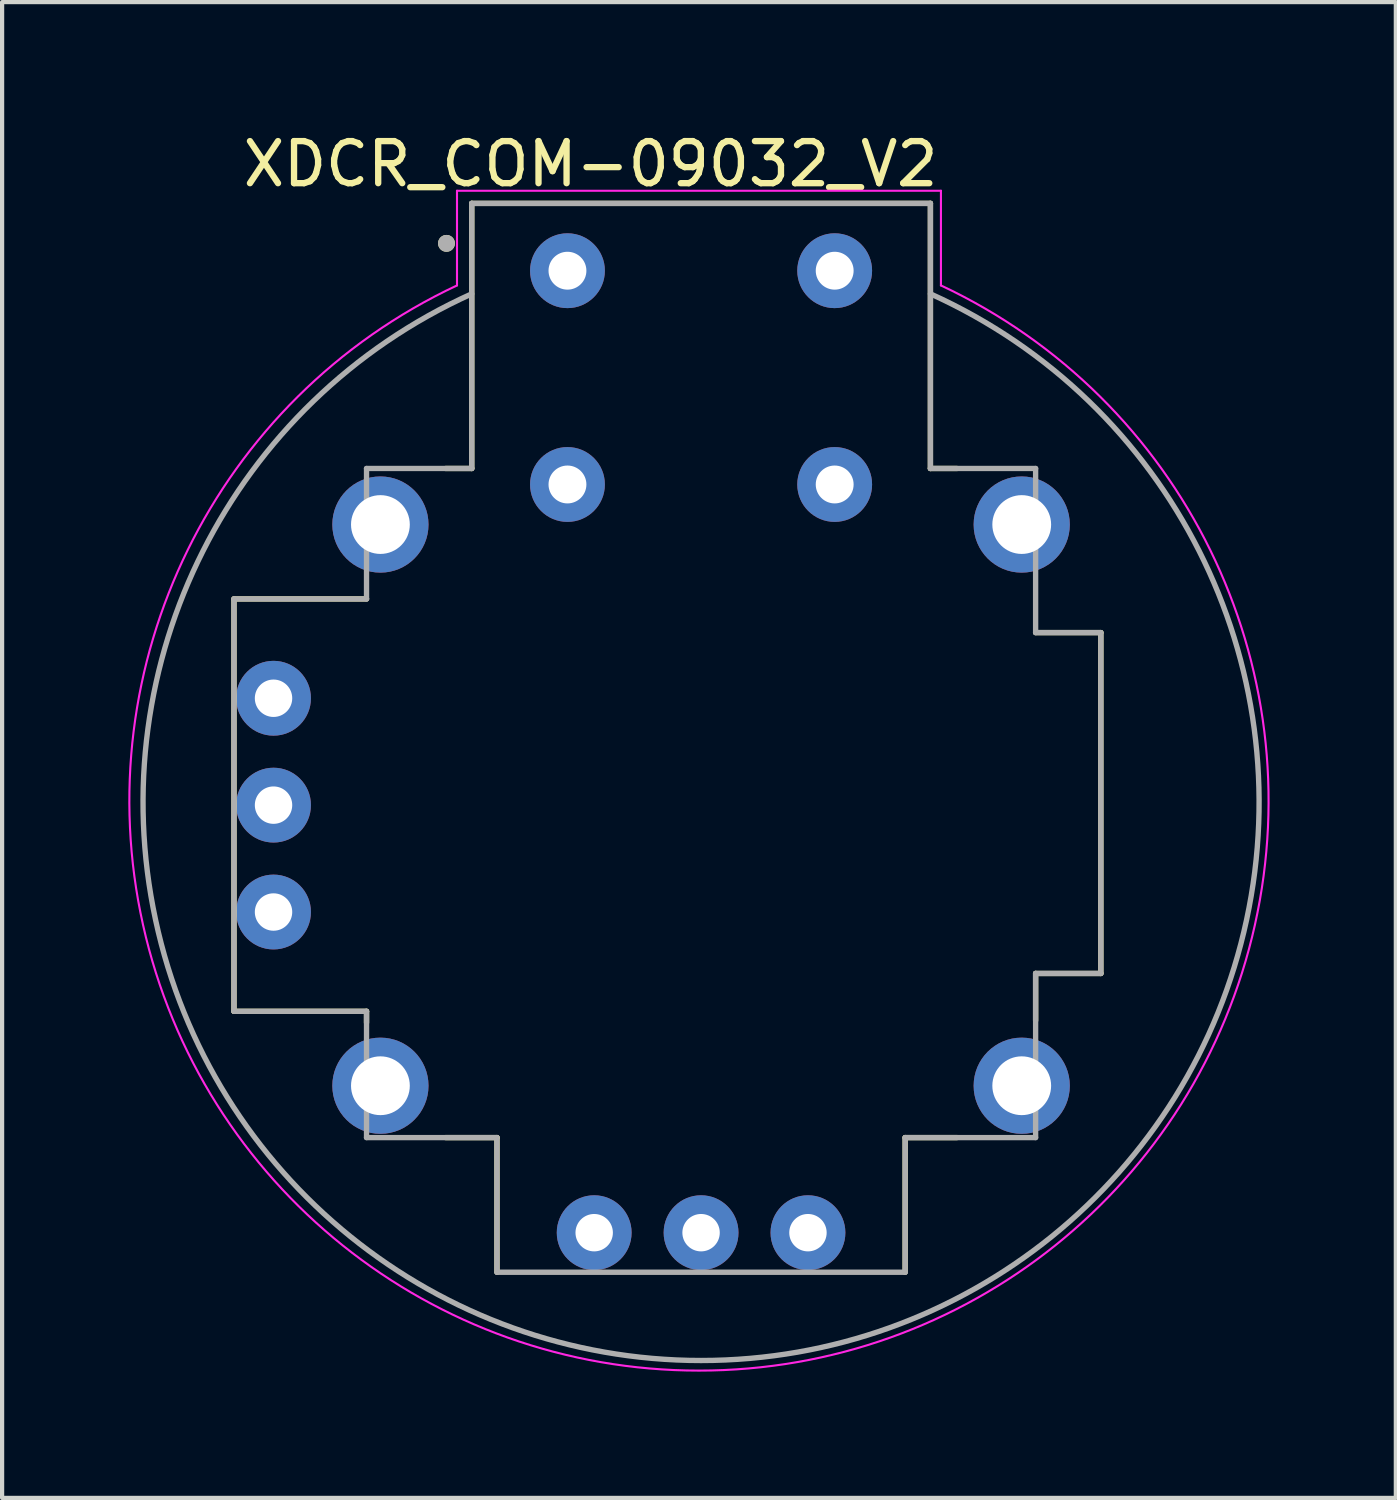
<source format=kicad_pcb>
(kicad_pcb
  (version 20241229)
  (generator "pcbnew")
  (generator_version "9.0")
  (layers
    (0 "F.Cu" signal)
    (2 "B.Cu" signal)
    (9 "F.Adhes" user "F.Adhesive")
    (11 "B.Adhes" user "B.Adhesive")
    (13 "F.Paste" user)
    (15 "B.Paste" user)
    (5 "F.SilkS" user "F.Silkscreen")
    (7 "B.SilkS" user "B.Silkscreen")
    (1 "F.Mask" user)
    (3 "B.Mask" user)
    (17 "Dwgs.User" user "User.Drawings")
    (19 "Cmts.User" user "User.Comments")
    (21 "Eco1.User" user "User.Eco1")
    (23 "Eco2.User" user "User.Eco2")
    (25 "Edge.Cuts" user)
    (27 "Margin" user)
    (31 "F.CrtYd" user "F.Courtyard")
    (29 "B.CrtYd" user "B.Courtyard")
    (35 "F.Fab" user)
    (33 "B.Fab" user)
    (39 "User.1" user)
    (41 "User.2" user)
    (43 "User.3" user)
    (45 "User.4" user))
  (footprint "XDCR_COM-09032_V2"
    (layer "F.Cu")
    (at 13.61 16.083)
    (property "Reference" "XDCR_COM-09032_V2" (at -2.625 -15.235 0) (layer "F.SilkS") (effects (font (size 1 1) (thickness 0.15))))
    (attr through_hole)
    (fp_line (start -11.1 -4.9) (end -7.95 -4.9) (stroke (width 0.127) (type solid)) (layer "F.SilkS"))
    (fp_line (start -11.1 4.9) (end -11.1 -4.9) (stroke (width 0.127) (type solid)) (layer "F.SilkS"))
    (fp_line (start -7.95 4.9) (end -11.1 4.9) (stroke (width 0.127) (type solid)) (layer "F.SilkS"))
    (fp_line (start -7.95 5.17) (end -7.95 4.9) (stroke (width 0.127) (type solid)) (layer "F.SilkS"))
    (fp_line (start -6.07 -8) (end -5.45 -8) (stroke (width 0.127) (type solid)) (layer "F.SilkS"))
    (fp_line (start -5.45 -14.3) (end 5.45 -14.3) (stroke (width 0.127) (type solid)) (layer "F.SilkS"))
    (fp_line (start -5.45 -8) (end -5.45 -14.3) (stroke (width 0.127) (type solid)) (layer "F.SilkS"))
    (fp_line (start -4.85 7.9) (end -6.07 7.9) (stroke (width 0.127) (type solid)) (layer "F.SilkS"))
    (fp_line (start -4.85 11.1) (end -4.85 7.9) (stroke (width 0.127) (type solid)) (layer "F.SilkS"))
    (fp_line (start 4.85 7.9) (end 4.85 11.1) (stroke (width 0.127) (type solid)) (layer "F.SilkS"))
    (fp_line (start 5.45 -14.3) (end 5.45 -8) (stroke (width 0.127) (type solid)) (layer "F.SilkS"))
    (fp_line (start 5.45 -8) (end 6.08 -8) (stroke (width 0.127) (type solid)) (layer "F.SilkS"))
    (fp_line (start 6.08 7.9) (end 4.85 7.9) (stroke (width 0.127) (type solid)) (layer "F.SilkS"))
    (fp_line (start 7.95 -4.1) (end 9.5 -4.1) (stroke (width 0.127) (type solid)) (layer "F.SilkS"))
    (fp_line (start 7.95 4) (end 7.95 5.12) (stroke (width 0.127) (type solid)) (layer "F.SilkS"))
    (fp_line (start 9.5 -4.1) (end 9.5 4) (stroke (width 0.127) (type solid)) (layer "F.SilkS"))
    (fp_line (start 9.5 4) (end 7.95 4) (stroke (width 0.127) (type solid)) (layer "F.SilkS"))
    (fp_circle (center -6.05 -13.35) (end -5.95 -13.35) (stroke (width 0.2) (type solid)) (fill no) (layer "F.SilkS"))
    (fp_line (start -5.8 -14.6) (end 5.7 -14.6) (stroke (width 0.05) (type solid)) (layer "F.CrtYd"))
    (fp_line (start -5.8 -12.35) (end -5.8 -14.6) (stroke (width 0.05) (type solid)) (layer "F.CrtYd"))
    (fp_line (start 5.7 -14.6) (end 5.7 -12.35) (stroke (width 0.05) (type solid)) (layer "F.CrtYd"))
    (fp_arc (start 5.7 -12.35) (mid -0.05 13.437438) (end -5.8 -12.35) (stroke (width 0.05) (type solid)) (layer "F.CrtYd"))
    (fp_line (start -11.1 -4.9) (end -11.1 4.9) (stroke (width 0.127) (type solid)) (layer "F.Fab"))
    (fp_line (start -7.95 -4.9) (end -11.1 -4.9) (stroke (width 0.127) (type solid)) (layer "F.Fab"))
    (fp_line (start -7.95 -4.9) (end -7.95 -8) (stroke (width 0.127) (type solid)) (layer "F.Fab"))
    (fp_line (start -7.95 4.9) (end -11.1 4.9) (stroke (width 0.127) (type solid)) (layer "F.Fab"))
    (fp_line (start -7.95 4.9) (end -7.95 7.9) (stroke (width 0.127) (type solid)) (layer "F.Fab"))
    (fp_line (start -5.45 -14.3) (end -5.45 -8) (stroke (width 0.127) (type solid)) (layer "F.Fab"))
    (fp_line (start -5.45 -8) (end -7.95 -8) (stroke (width 0.127) (type solid)) (layer "F.Fab"))
    (fp_line (start -4.85 7.9) (end -7.95 7.9) (stroke (width 0.127) (type solid)) (layer "F.Fab"))
    (fp_line (start -4.85 11.1) (end -4.85 7.9) (stroke (width 0.127) (type solid)) (layer "F.Fab"))
    (fp_line (start 4.85 7.9) (end 7.95 7.9) (stroke (width 0.127) (type solid)) (layer "F.Fab"))
    (fp_line (start 4.85 11.1) (end -4.85 11.1) (stroke (width 0.127) (type solid)) (layer "F.Fab"))
    (fp_line (start 4.85 11.1) (end 4.85 7.9) (stroke (width 0.127) (type solid)) (layer "F.Fab"))
    (fp_line (start 5.45 -14.3) (end -5.45 -14.3) (stroke (width 0.127) (type solid)) (layer "F.Fab"))
    (fp_line (start 5.45 -14.3) (end 5.45 -8) (stroke (width 0.127) (type solid)) (layer "F.Fab"))
    (fp_line (start 7.95 -8) (end 5.45 -8) (stroke (width 0.127) (type solid)) (layer "F.Fab"))
    (fp_line (start 7.95 -4.1) (end 7.95 -8) (stroke (width 0.127) (type solid)) (layer "F.Fab"))
    (fp_line (start 7.95 -4.1) (end 9.5 -4.1) (stroke (width 0.127) (type solid)) (layer "F.Fab"))
    (fp_line (start 7.95 4) (end 7.95 7.9) (stroke (width 0.127) (type solid)) (layer "F.Fab"))
    (fp_line (start 7.95 4) (end 9.5 4) (stroke (width 0.127) (type solid)) (layer "F.Fab"))
    (fp_line (start 9.5 -4.1) (end 9.5 4) (stroke (width 0.127) (type solid)) (layer "F.Fab"))
    (fp_arc (start 5.45 -12.15) (mid 0 13.197504) (end -5.45 -12.15) (stroke (width 0.127) (type solid)) (layer "F.Fab"))
    (fp_circle (center -6.05 -13.35) (end -5.95 -13.35) (stroke (width 0.2) (type solid)) (fill no) (layer "F.Fab"))
    (pad "B1A" thru_hole circle (at -3.175 -12.7) (size 1.778 1.778) (drill 0.9) (layers "*.Cu" "*.Mask"))
    (pad "B1B" thru_hole circle (at 3.175 -12.7) (size 1.778 1.778) (drill 0.9) (layers "*.Cu" "*.Mask"))
    (pad "B2A" thru_hole circle (at -3.175 -7.62) (size 1.778 1.778) (drill 0.9) (layers "*.Cu" "*.Mask"))
    (pad "B2B" thru_hole circle (at 3.175 -7.62) (size 1.778 1.778) (drill 0.9) (layers "*.Cu" "*.Mask"))
    (pad "H1" thru_hole circle (at -2.54 10.16) (size 1.778 1.778) (drill 0.889) (layers "*.Cu" "*.Mask"))
    (pad "H2" thru_hole circle (at 0 10.16) (size 1.778 1.778) (drill 0.889) (layers "*.Cu" "*.Mask"))
    (pad "H3" thru_hole circle (at 2.54 10.16) (size 1.778 1.778) (drill 0.889) (layers "*.Cu" "*.Mask"))
    (pad "S1" thru_hole circle (at -7.62 -6.668) (size 2.286 2.286) (drill 1.397) (layers "*.Cu" "*.Mask"))
    (pad "S2" thru_hole circle (at -7.62 6.668) (size 2.286 2.286) (drill 1.397) (layers "*.Cu" "*.Mask"))
    (pad "S3" thru_hole circle (at 7.62 6.668) (size 2.286 2.286) (drill 1.397) (layers "*.Cu" "*.Mask"))
    (pad "S4" thru_hole circle (at 7.62 -6.668) (size 2.286 2.286) (drill 1.397) (layers "*.Cu" "*.Mask"))
    (pad "V1" thru_hole circle (at -10.16 -2.54) (size 1.778 1.778) (drill 0.889) (layers "*.Cu" "*.Mask"))
    (pad "V2" thru_hole circle (at -10.16 0) (size 1.778 1.778) (drill 0.889) (layers "*.Cu" "*.Mask"))
    (pad "V3" thru_hole circle (at -10.16 2.54) (size 1.778 1.778) (drill 0.889) (layers "*.Cu" "*.Mask")))
  (gr_rect
    (start -3 -3)
    (end 30.12 32.546)
    (stroke (width 0.1) (type default))
    (fill no)
    (layer "Edge.Cuts")))
</source>
